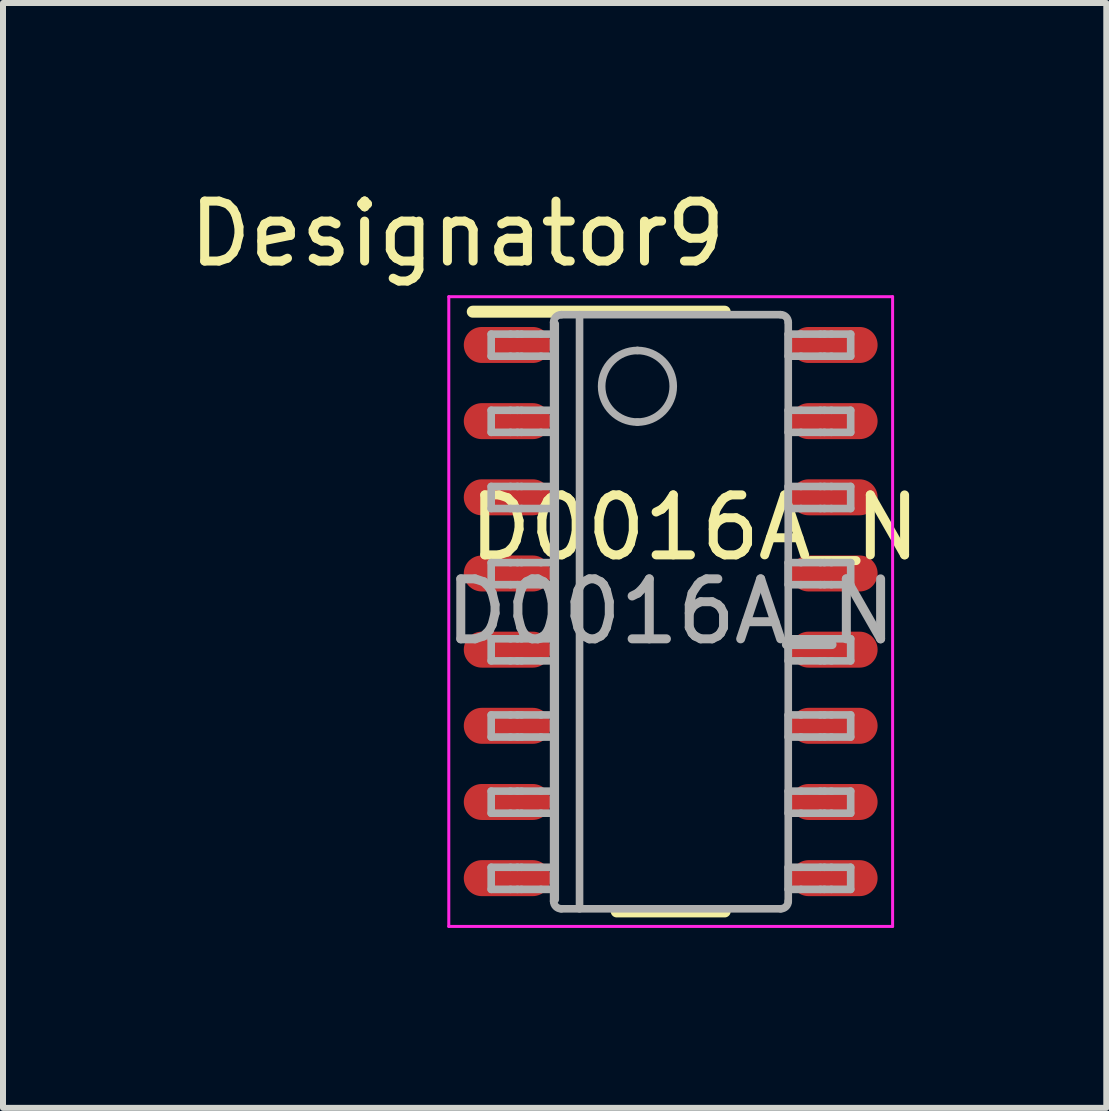
<source format=kicad_pcb>
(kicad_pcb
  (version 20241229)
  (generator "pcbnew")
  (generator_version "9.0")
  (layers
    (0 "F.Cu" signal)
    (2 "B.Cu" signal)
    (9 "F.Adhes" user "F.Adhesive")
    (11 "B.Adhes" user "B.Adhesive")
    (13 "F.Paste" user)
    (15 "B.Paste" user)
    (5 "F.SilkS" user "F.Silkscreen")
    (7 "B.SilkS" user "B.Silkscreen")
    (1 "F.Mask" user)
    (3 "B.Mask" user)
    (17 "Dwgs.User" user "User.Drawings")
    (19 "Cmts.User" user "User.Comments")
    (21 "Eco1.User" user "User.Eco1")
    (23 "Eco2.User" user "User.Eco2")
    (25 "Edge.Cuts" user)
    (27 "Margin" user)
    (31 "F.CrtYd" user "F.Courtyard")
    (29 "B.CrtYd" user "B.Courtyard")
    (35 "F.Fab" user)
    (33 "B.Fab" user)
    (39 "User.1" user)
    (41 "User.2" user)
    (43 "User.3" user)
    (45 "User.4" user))
  (footprint "D0016A_N"
    (layer "F.Cu")
    (at 8.133 7.147)
    (property "Reference" "D0016A_N" (at 0.4 -1.4 0) (unlocked yes) (layer "F.SilkS") (effects (font (size 1 1) (thickness 0.15))))
    (attr smd)
    (fp_line (start -3.3 -5) (end 0.9 -5) (stroke (width 0.2) (type solid)) (layer "F.SilkS"))
    (fp_line (start -0.9 5) (end 0.9 5) (stroke (width 0.2) (type solid)) (layer "F.SilkS"))
    (fp_line (start -3.7 -5.25) (end 3.7 -5.25) (stroke (width 0.05) (type solid)) (layer "F.CrtYd"))
    (fp_line (start -3.7 5.25) (end -3.7 -5.25) (stroke (width 0.05) (type solid)) (layer "F.CrtYd"))
    (fp_line (start -3.7 5.25) (end 3.7 5.25) (stroke (width 0.05) (type solid)) (layer "F.CrtYd"))
    (fp_line (start 3.7 5.25) (end 3.7 -5.25) (stroke (width 0.05) (type solid)) (layer "F.CrtYd"))
    (fp_line (start -2.993 -4.626) (end -2.671 -4.626) (stroke (width 0.127) (type solid)) (layer "F.Fab"))
    (fp_line (start -2.993 -4.258) (end -2.993 -4.626) (stroke (width 0.127) (type solid)) (layer "F.Fab"))
    (fp_line (start -2.993 -4.258) (end -2.671 -4.258) (stroke (width 0.127) (type solid)) (layer "F.Fab"))
    (fp_line (start -2.993 -3.356) (end -2.671 -3.356) (stroke (width 0.127) (type solid)) (layer "F.Fab"))
    (fp_line (start -2.993 -2.988) (end -2.993 -3.356) (stroke (width 0.127) (type solid)) (layer "F.Fab"))
    (fp_line (start -2.993 -2.988) (end -2.671 -2.988) (stroke (width 0.127) (type solid)) (layer "F.Fab"))
    (fp_line (start -2.993 -2.086) (end -2.671 -2.086) (stroke (width 0.127) (type solid)) (layer "F.Fab"))
    (fp_line (start -2.993 -1.718) (end -2.993 -2.086) (stroke (width 0.127) (type solid)) (layer "F.Fab"))
    (fp_line (start -2.993 -1.718) (end -2.671 -1.718) (stroke (width 0.127) (type solid)) (layer "F.Fab"))
    (fp_line (start -2.993 -0.816) (end -2.671 -0.816) (stroke (width 0.127) (type solid)) (layer "F.Fab"))
    (fp_line (start -2.993 -0.448) (end -2.993 -0.816) (stroke (width 0.127) (type solid)) (layer "F.Fab"))
    (fp_line (start -2.993 -0.448) (end -2.671 -0.448) (stroke (width 0.127) (type solid)) (layer "F.Fab"))
    (fp_line (start -2.993 0.454) (end -2.671 0.454) (stroke (width 0.127) (type solid)) (layer "F.Fab"))
    (fp_line (start -2.993 0.822) (end -2.993 0.454) (stroke (width 0.127) (type solid)) (layer "F.Fab"))
    (fp_line (start -2.993 0.822) (end -2.671 0.822) (stroke (width 0.127) (type solid)) (layer "F.Fab"))
    (fp_line (start -2.993 1.724) (end -2.671 1.724) (stroke (width 0.127) (type solid)) (layer "F.Fab"))
    (fp_line (start -2.993 2.092) (end -2.993 1.724) (stroke (width 0.127) (type solid)) (layer "F.Fab"))
    (fp_line (start -2.993 2.092) (end -2.671 2.092) (stroke (width 0.127) (type solid)) (layer "F.Fab"))
    (fp_line (start -2.993 2.994) (end -2.671 2.994) (stroke (width 0.127) (type solid)) (layer "F.Fab"))
    (fp_line (start -2.993 3.362) (end -2.993 2.994) (stroke (width 0.127) (type solid)) (layer "F.Fab"))
    (fp_line (start -2.993 3.362) (end -2.671 3.362) (stroke (width 0.127) (type solid)) (layer "F.Fab"))
    (fp_line (start -2.993 4.264) (end -2.671 4.264) (stroke (width 0.127) (type solid)) (layer "F.Fab"))
    (fp_line (start -2.993 4.632) (end -2.993 4.264) (stroke (width 0.127) (type solid)) (layer "F.Fab"))
    (fp_line (start -2.993 4.632) (end -2.671 4.632) (stroke (width 0.127) (type solid)) (layer "F.Fab"))
    (fp_line (start -2.671 -4.626) (end -2.555 -4.626) (stroke (width 0.127) (type solid)) (layer "F.Fab"))
    (fp_line (start -2.671 -4.258) (end -2.555 -4.258) (stroke (width 0.127) (type solid)) (layer "F.Fab"))
    (fp_line (start -2.671 -3.356) (end -2.555 -3.356) (stroke (width 0.127) (type solid)) (layer "F.Fab"))
    (fp_line (start -2.671 -2.988) (end -2.555 -2.988) (stroke (width 0.127) (type solid)) (layer "F.Fab"))
    (fp_line (start -2.671 -2.086) (end -2.555 -2.086) (stroke (width 0.127) (type solid)) (layer "F.Fab"))
    (fp_line (start -2.671 -1.718) (end -2.555 -1.718) (stroke (width 0.127) (type solid)) (layer "F.Fab"))
    (fp_line (start -2.671 -0.816) (end -2.555 -0.816) (stroke (width 0.127) (type solid)) (layer "F.Fab"))
    (fp_line (start -2.671 -0.448) (end -2.555 -0.448) (stroke (width 0.127) (type solid)) (layer "F.Fab"))
    (fp_line (start -2.671 0.454) (end -2.555 0.454) (stroke (width 0.127) (type solid)) (layer "F.Fab"))
    (fp_line (start -2.671 0.822) (end -2.555 0.822) (stroke (width 0.127) (type solid)) (layer "F.Fab"))
    (fp_line (start -2.671 1.724) (end -2.555 1.724) (stroke (width 0.127) (type solid)) (layer "F.Fab"))
    (fp_line (start -2.671 2.092) (end -2.555 2.092) (stroke (width 0.127) (type solid)) (layer "F.Fab"))
    (fp_line (start -2.671 2.994) (end -2.555 2.994) (stroke (width 0.127) (type solid)) (layer "F.Fab"))
    (fp_line (start -2.671 3.362) (end -2.555 3.362) (stroke (width 0.127) (type solid)) (layer "F.Fab"))
    (fp_line (start -2.671 4.264) (end -2.555 4.264) (stroke (width 0.127) (type solid)) (layer "F.Fab"))
    (fp_line (start -2.671 4.632) (end -2.555 4.632) (stroke (width 0.127) (type solid)) (layer "F.Fab"))
    (fp_line (start -2.555 -4.626) (end -2.488 -4.626) (stroke (width 0.127) (type solid)) (layer "F.Fab"))
    (fp_line (start -2.555 -4.258) (end -2.488 -4.258) (stroke (width 0.127) (type solid)) (layer "F.Fab"))
    (fp_line (start -2.555 -3.356) (end -2.488 -3.356) (stroke (width 0.127) (type solid)) (layer "F.Fab"))
    (fp_line (start -2.555 -2.988) (end -2.488 -2.988) (stroke (width 0.127) (type solid)) (layer "F.Fab"))
    (fp_line (start -2.555 -2.086) (end -2.488 -2.086) (stroke (width 0.127) (type solid)) (layer "F.Fab"))
    (fp_line (start -2.555 -1.718) (end -2.488 -1.718) (stroke (width 0.127) (type solid)) (layer "F.Fab"))
    (fp_line (start -2.555 -0.816) (end -2.488 -0.816) (stroke (width 0.127) (type solid)) (layer "F.Fab"))
    (fp_line (start -2.555 -0.448) (end -2.488 -0.448) (stroke (width 0.127) (type solid)) (layer "F.Fab"))
    (fp_line (start -2.555 0.454) (end -2.488 0.454) (stroke (width 0.127) (type solid)) (layer "F.Fab"))
    (fp_line (start -2.555 0.822) (end -2.488 0.822) (stroke (width 0.127) (type solid)) (layer "F.Fab"))
    (fp_line (start -2.555 1.724) (end -2.488 1.724) (stroke (width 0.127) (type solid)) (layer "F.Fab"))
    (fp_line (start -2.555 2.092) (end -2.488 2.092) (stroke (width 0.127) (type solid)) (layer "F.Fab"))
    (fp_line (start -2.555 2.994) (end -2.488 2.994) (stroke (width 0.127) (type solid)) (layer "F.Fab"))
    (fp_line (start -2.555 3.362) (end -2.488 3.362) (stroke (width 0.127) (type solid)) (layer "F.Fab"))
    (fp_line (start -2.555 4.264) (end -2.488 4.264) (stroke (width 0.127) (type solid)) (layer "F.Fab"))
    (fp_line (start -2.555 4.632) (end -2.488 4.632) (stroke (width 0.127) (type solid)) (layer "F.Fab"))
    (fp_line (start -2.488 -4.626) (end -2.163 -4.626) (stroke (width 0.127) (type solid)) (layer "F.Fab"))
    (fp_line (start -2.488 -4.258) (end -2.163 -4.258) (stroke (width 0.127) (type solid)) (layer "F.Fab"))
    (fp_line (start -2.488 -3.356) (end -2.163 -3.356) (stroke (width 0.127) (type solid)) (layer "F.Fab"))
    (fp_line (start -2.488 -2.988) (end -2.163 -2.988) (stroke (width 0.127) (type solid)) (layer "F.Fab"))
    (fp_line (start -2.488 -2.086) (end -2.163 -2.086) (stroke (width 0.127) (type solid)) (layer "F.Fab"))
    (fp_line (start -2.488 -1.718) (end -2.163 -1.718) (stroke (width 0.127) (type solid)) (layer "F.Fab"))
    (fp_line (start -2.488 -0.816) (end -2.163 -0.816) (stroke (width 0.127) (type solid)) (layer "F.Fab"))
    (fp_line (start -2.488 -0.448) (end -2.163 -0.448) (stroke (width 0.127) (type solid)) (layer "F.Fab"))
    (fp_line (start -2.488 0.454) (end -2.163 0.454) (stroke (width 0.127) (type solid)) (layer "F.Fab"))
    (fp_line (start -2.488 0.822) (end -2.163 0.822) (stroke (width 0.127) (type solid)) (layer "F.Fab"))
    (fp_line (start -2.488 1.724) (end -2.163 1.724) (stroke (width 0.127) (type solid)) (layer "F.Fab"))
    (fp_line (start -2.488 2.092) (end -2.163 2.092) (stroke (width 0.127) (type solid)) (layer "F.Fab"))
    (fp_line (start -2.488 2.994) (end -2.163 2.994) (stroke (width 0.127) (type solid)) (layer "F.Fab"))
    (fp_line (start -2.488 3.362) (end -2.163 3.362) (stroke (width 0.127) (type solid)) (layer "F.Fab"))
    (fp_line (start -2.488 4.264) (end -2.163 4.264) (stroke (width 0.127) (type solid)) (layer "F.Fab"))
    (fp_line (start -2.488 4.632) (end -2.163 4.632) (stroke (width 0.127) (type solid)) (layer "F.Fab"))
    (fp_line (start -2.163 -4.626) (end -1.952 -4.626) (stroke (width 0.127) (type solid)) (layer "F.Fab"))
    (fp_line (start -2.163 -4.258) (end -1.952 -4.258) (stroke (width 0.127) (type solid)) (layer "F.Fab"))
    (fp_line (start -2.163 -3.356) (end -1.952 -3.356) (stroke (width 0.127) (type solid)) (layer "F.Fab"))
    (fp_line (start -2.163 -2.988) (end -1.952 -2.988) (stroke (width 0.127) (type solid)) (layer "F.Fab"))
    (fp_line (start -2.163 -2.086) (end -1.952 -2.086) (stroke (width 0.127) (type solid)) (layer "F.Fab"))
    (fp_line (start -2.163 -1.718) (end -1.952 -1.718) (stroke (width 0.127) (type solid)) (layer "F.Fab"))
    (fp_line (start -2.163 -0.816) (end -1.952 -0.816) (stroke (width 0.127) (type solid)) (layer "F.Fab"))
    (fp_line (start -2.163 -0.448) (end -1.952 -0.448) (stroke (width 0.127) (type solid)) (layer "F.Fab"))
    (fp_line (start -2.163 0.454) (end -1.952 0.454) (stroke (width 0.127) (type solid)) (layer "F.Fab"))
    (fp_line (start -2.163 0.822) (end -1.952 0.822) (stroke (width 0.127) (type solid)) (layer "F.Fab"))
    (fp_line (start -2.163 1.724) (end -1.952 1.724) (stroke (width 0.127) (type solid)) (layer "F.Fab"))
    (fp_line (start -2.163 2.092) (end -1.952 2.092) (stroke (width 0.127) (type solid)) (layer "F.Fab"))
    (fp_line (start -2.163 2.994) (end -1.952 2.994) (stroke (width 0.127) (type solid)) (layer "F.Fab"))
    (fp_line (start -2.163 3.362) (end -1.952 3.362) (stroke (width 0.127) (type solid)) (layer "F.Fab"))
    (fp_line (start -2.163 4.264) (end -1.952 4.264) (stroke (width 0.127) (type solid)) (layer "F.Fab"))
    (fp_line (start -2.163 4.632) (end -1.952 4.632) (stroke (width 0.127) (type solid)) (layer "F.Fab"))
    (fp_line (start -1.952 -4.258) (end -1.952 -4.626) (stroke (width 0.127) (type solid)) (layer "F.Fab"))
    (fp_line (start -1.952 -2.988) (end -1.952 -3.356) (stroke (width 0.127) (type solid)) (layer "F.Fab"))
    (fp_line (start -1.952 -1.718) (end -1.952 -2.086) (stroke (width 0.127) (type solid)) (layer "F.Fab"))
    (fp_line (start -1.952 -0.448) (end -1.952 -0.816) (stroke (width 0.127) (type solid)) (layer "F.Fab"))
    (fp_line (start -1.952 0.822) (end -1.952 0.454) (stroke (width 0.127) (type solid)) (layer "F.Fab"))
    (fp_line (start -1.952 2.092) (end -1.952 1.724) (stroke (width 0.127) (type solid)) (layer "F.Fab"))
    (fp_line (start -1.952 3.362) (end -1.952 2.994) (stroke (width 0.127) (type solid)) (layer "F.Fab"))
    (fp_line (start -1.952 4.632) (end -1.952 4.264) (stroke (width 0.127) (type solid)) (layer "F.Fab"))
    (fp_line (start -1.952 4.829) (end -1.952 -4.823) (stroke (width 0.127) (type solid)) (layer "F.Fab"))
    (fp_line (start -1.925 4.803) (end -1.925 -4.797) (stroke (width 0.127) (type solid)) (layer "F.Fab"))
    (fp_line (start -1.825 -4.95) (end 1.834 -4.95) (stroke (width 0.127) (type solid)) (layer "F.Fab"))
    (fp_line (start -1.825 4.956) (end 1.834 4.956) (stroke (width 0.127) (type solid)) (layer "F.Fab"))
    (fp_line (start -1.52 4.956) (end -1.52 -4.95) (stroke (width 0.127) (type solid)) (layer "F.Fab"))
    (fp_line (start 1.96 -4.626) (end 2.172 -4.626) (stroke (width 0.127) (type solid)) (layer "F.Fab"))
    (fp_line (start 1.96 -4.258) (end 1.96 -4.626) (stroke (width 0.127) (type solid)) (layer "F.Fab"))
    (fp_line (start 1.96 -4.258) (end 2.172 -4.258) (stroke (width 0.127) (type solid)) (layer "F.Fab"))
    (fp_line (start 1.96 -3.356) (end 2.172 -3.356) (stroke (width 0.127) (type solid)) (layer "F.Fab"))
    (fp_line (start 1.96 -2.988) (end 1.96 -3.356) (stroke (width 0.127) (type solid)) (layer "F.Fab"))
    (fp_line (start 1.96 -2.988) (end 2.172 -2.988) (stroke (width 0.127) (type solid)) (layer "F.Fab"))
    (fp_line (start 1.96 -2.086) (end 2.172 -2.086) (stroke (width 0.127) (type solid)) (layer "F.Fab"))
    (fp_line (start 1.96 -1.718) (end 1.96 -2.086) (stroke (width 0.127) (type solid)) (layer "F.Fab"))
    (fp_line (start 1.96 -1.718) (end 2.172 -1.718) (stroke (width 0.127) (type solid)) (layer "F.Fab"))
    (fp_line (start 1.96 -0.816) (end 2.172 -0.816) (stroke (width 0.127) (type solid)) (layer "F.Fab"))
    (fp_line (start 1.96 -0.448) (end 1.96 -0.816) (stroke (width 0.127) (type solid)) (layer "F.Fab"))
    (fp_line (start 1.96 -0.448) (end 2.172 -0.448) (stroke (width 0.127) (type solid)) (layer "F.Fab"))
    (fp_line (start 1.96 0.454) (end 2.172 0.454) (stroke (width 0.127) (type solid)) (layer "F.Fab"))
    (fp_line (start 1.96 0.822) (end 1.96 0.454) (stroke (width 0.127) (type solid)) (layer "F.Fab"))
    (fp_line (start 1.96 0.822) (end 2.172 0.822) (stroke (width 0.127) (type solid)) (layer "F.Fab"))
    (fp_line (start 1.96 1.724) (end 2.172 1.724) (stroke (width 0.127) (type solid)) (layer "F.Fab"))
    (fp_line (start 1.96 2.092) (end 1.96 1.724) (stroke (width 0.127) (type solid)) (layer "F.Fab"))
    (fp_line (start 1.96 2.092) (end 2.172 2.092) (stroke (width 0.127) (type solid)) (layer "F.Fab"))
    (fp_line (start 1.96 2.994) (end 2.172 2.994) (stroke (width 0.127) (type solid)) (layer "F.Fab"))
    (fp_line (start 1.96 3.362) (end 1.96 2.994) (stroke (width 0.127) (type solid)) (layer "F.Fab"))
    (fp_line (start 1.96 3.362) (end 2.172 3.362) (stroke (width 0.127) (type solid)) (layer "F.Fab"))
    (fp_line (start 1.96 4.264) (end 2.172 4.264) (stroke (width 0.127) (type solid)) (layer "F.Fab"))
    (fp_line (start 1.96 4.632) (end 1.96 4.264) (stroke (width 0.127) (type solid)) (layer "F.Fab"))
    (fp_line (start 1.96 4.632) (end 2.172 4.632) (stroke (width 0.127) (type solid)) (layer "F.Fab"))
    (fp_line (start 1.96 4.829) (end 1.96 -4.823) (stroke (width 0.127) (type solid)) (layer "F.Fab"))
    (fp_line (start 2.172 -4.626) (end 2.497 -4.626) (stroke (width 0.127) (type solid)) (layer "F.Fab"))
    (fp_line (start 2.172 -4.258) (end 2.497 -4.258) (stroke (width 0.127) (type solid)) (layer "F.Fab"))
    (fp_line (start 2.172 -3.356) (end 2.497 -3.356) (stroke (width 0.127) (type solid)) (layer "F.Fab"))
    (fp_line (start 2.172 -2.988) (end 2.497 -2.988) (stroke (width 0.127) (type solid)) (layer "F.Fab"))
    (fp_line (start 2.172 -2.086) (end 2.497 -2.086) (stroke (width 0.127) (type solid)) (layer "F.Fab"))
    (fp_line (start 2.172 -1.718) (end 2.497 -1.718) (stroke (width 0.127) (type solid)) (layer "F.Fab"))
    (fp_line (start 2.172 -0.816) (end 2.497 -0.816) (stroke (width 0.127) (type solid)) (layer "F.Fab"))
    (fp_line (start 2.172 -0.448) (end 2.497 -0.448) (stroke (width 0.127) (type solid)) (layer "F.Fab"))
    (fp_line (start 2.172 0.454) (end 2.497 0.454) (stroke (width 0.127) (type solid)) (layer "F.Fab"))
    (fp_line (start 2.172 0.822) (end 2.497 0.822) (stroke (width 0.127) (type solid)) (layer "F.Fab"))
    (fp_line (start 2.172 1.724) (end 2.497 1.724) (stroke (width 0.127) (type solid)) (layer "F.Fab"))
    (fp_line (start 2.172 2.092) (end 2.497 2.092) (stroke (width 0.127) (type solid)) (layer "F.Fab"))
    (fp_line (start 2.172 2.994) (end 2.497 2.994) (stroke (width 0.127) (type solid)) (layer "F.Fab"))
    (fp_line (start 2.172 3.362) (end 2.497 3.362) (stroke (width 0.127) (type solid)) (layer "F.Fab"))
    (fp_line (start 2.172 4.264) (end 2.497 4.264) (stroke (width 0.127) (type solid)) (layer "F.Fab"))
    (fp_line (start 2.172 4.632) (end 2.497 4.632) (stroke (width 0.127) (type solid)) (layer "F.Fab"))
    (fp_line (start 2.497 -4.626) (end 2.563 -4.626) (stroke (width 0.127) (type solid)) (layer "F.Fab"))
    (fp_line (start 2.497 -4.258) (end 2.563 -4.258) (stroke (width 0.127) (type solid)) (layer "F.Fab"))
    (fp_line (start 2.497 -3.356) (end 2.563 -3.356) (stroke (width 0.127) (type solid)) (layer "F.Fab"))
    (fp_line (start 2.497 -2.988) (end 2.563 -2.988) (stroke (width 0.127) (type solid)) (layer "F.Fab"))
    (fp_line (start 2.497 -2.086) (end 2.563 -2.086) (stroke (width 0.127) (type solid)) (layer "F.Fab"))
    (fp_line (start 2.497 -1.718) (end 2.563 -1.718) (stroke (width 0.127) (type solid)) (layer "F.Fab"))
    (fp_line (start 2.497 -0.816) (end 2.563 -0.816) (stroke (width 0.127) (type solid)) (layer "F.Fab"))
    (fp_line (start 2.497 -0.448) (end 2.563 -0.448) (stroke (width 0.127) (type solid)) (layer "F.Fab"))
    (fp_line (start 2.497 0.454) (end 2.563 0.454) (stroke (width 0.127) (type solid)) (layer "F.Fab"))
    (fp_line (start 2.497 0.822) (end 2.563 0.822) (stroke (width 0.127) (type solid)) (layer "F.Fab"))
    (fp_line (start 2.497 1.724) (end 2.563 1.724) (stroke (width 0.127) (type solid)) (layer "F.Fab"))
    (fp_line (start 2.497 2.092) (end 2.563 2.092) (stroke (width 0.127) (type solid)) (layer "F.Fab"))
    (fp_line (start 2.497 2.994) (end 2.563 2.994) (stroke (width 0.127) (type solid)) (layer "F.Fab"))
    (fp_line (start 2.497 3.362) (end 2.563 3.362) (stroke (width 0.127) (type solid)) (layer "F.Fab"))
    (fp_line (start 2.497 4.264) (end 2.563 4.264) (stroke (width 0.127) (type solid)) (layer "F.Fab"))
    (fp_line (start 2.497 4.632) (end 2.563 4.632) (stroke (width 0.127) (type solid)) (layer "F.Fab"))
    (fp_line (start 2.563 -4.626) (end 2.679 -4.626) (stroke (width 0.127) (type solid)) (layer "F.Fab"))
    (fp_line (start 2.563 -4.258) (end 2.679 -4.258) (stroke (width 0.127) (type solid)) (layer "F.Fab"))
    (fp_line (start 2.563 -3.356) (end 2.679 -3.356) (stroke (width 0.127) (type solid)) (layer "F.Fab"))
    (fp_line (start 2.563 -2.988) (end 2.679 -2.988) (stroke (width 0.127) (type solid)) (layer "F.Fab"))
    (fp_line (start 2.563 -2.086) (end 2.679 -2.086) (stroke (width 0.127) (type solid)) (layer "F.Fab"))
    (fp_line (start 2.563 -1.718) (end 2.679 -1.718) (stroke (width 0.127) (type solid)) (layer "F.Fab"))
    (fp_line (start 2.563 -0.816) (end 2.679 -0.816) (stroke (width 0.127) (type solid)) (layer "F.Fab"))
    (fp_line (start 2.563 -0.448) (end 2.679 -0.448) (stroke (width 0.127) (type solid)) (layer "F.Fab"))
    (fp_line (start 2.563 0.454) (end 2.679 0.454) (stroke (width 0.127) (type solid)) (layer "F.Fab"))
    (fp_line (start 2.563 0.822) (end 2.679 0.822) (stroke (width 0.127) (type solid)) (layer "F.Fab"))
    (fp_line (start 2.563 1.724) (end 2.679 1.724) (stroke (width 0.127) (type solid)) (layer "F.Fab"))
    (fp_line (start 2.563 2.092) (end 2.679 2.092) (stroke (width 0.127) (type solid)) (layer "F.Fab"))
    (fp_line (start 2.563 2.994) (end 2.679 2.994) (stroke (width 0.127) (type solid)) (layer "F.Fab"))
    (fp_line (start 2.563 3.362) (end 2.679 3.362) (stroke (width 0.127) (type solid)) (layer "F.Fab"))
    (fp_line (start 2.563 4.264) (end 2.679 4.264) (stroke (width 0.127) (type solid)) (layer "F.Fab"))
    (fp_line (start 2.563 4.632) (end 2.679 4.632) (stroke (width 0.127) (type solid)) (layer "F.Fab"))
    (fp_line (start 2.679 -4.626) (end 3.001 -4.626) (stroke (width 0.127) (type solid)) (layer "F.Fab"))
    (fp_line (start 2.679 -4.258) (end 3.001 -4.258) (stroke (width 0.127) (type solid)) (layer "F.Fab"))
    (fp_line (start 2.679 -3.356) (end 3.001 -3.356) (stroke (width 0.127) (type solid)) (layer "F.Fab"))
    (fp_line (start 2.679 -2.988) (end 3.001 -2.988) (stroke (width 0.127) (type solid)) (layer "F.Fab"))
    (fp_line (start 2.679 -2.086) (end 3.001 -2.086) (stroke (width 0.127) (type solid)) (layer "F.Fab"))
    (fp_line (start 2.679 -1.718) (end 3.001 -1.718) (stroke (width 0.127) (type solid)) (layer "F.Fab"))
    (fp_line (start 2.679 -0.816) (end 3.001 -0.816) (stroke (width 0.127) (type solid)) (layer "F.Fab"))
    (fp_line (start 2.679 -0.448) (end 3.001 -0.448) (stroke (width 0.127) (type solid)) (layer "F.Fab"))
    (fp_line (start 2.679 0.454) (end 3.001 0.454) (stroke (width 0.127) (type solid)) (layer "F.Fab"))
    (fp_line (start 2.679 0.822) (end 3.001 0.822) (stroke (width 0.127) (type solid)) (layer "F.Fab"))
    (fp_line (start 2.679 1.724) (end 3.001 1.724) (stroke (width 0.127) (type solid)) (layer "F.Fab"))
    (fp_line (start 2.679 2.092) (end 3.001 2.092) (stroke (width 0.127) (type solid)) (layer "F.Fab"))
    (fp_line (start 2.679 2.994) (end 3.001 2.994) (stroke (width 0.127) (type solid)) (layer "F.Fab"))
    (fp_line (start 2.679 3.362) (end 3.001 3.362) (stroke (width 0.127) (type solid)) (layer "F.Fab"))
    (fp_line (start 2.679 4.264) (end 3.001 4.264) (stroke (width 0.127) (type solid)) (layer "F.Fab"))
    (fp_line (start 2.679 4.632) (end 3.001 4.632) (stroke (width 0.127) (type solid)) (layer "F.Fab"))
    (fp_line (start 3.001 -4.258) (end 3.001 -4.626) (stroke (width 0.127) (type solid)) (layer "F.Fab"))
    (fp_line (start 3.001 -2.988) (end 3.001 -3.356) (stroke (width 0.127) (type solid)) (layer "F.Fab"))
    (fp_line (start 3.001 -1.718) (end 3.001 -2.086) (stroke (width 0.127) (type solid)) (layer "F.Fab"))
    (fp_line (start 3.001 -0.448) (end 3.001 -0.816) (stroke (width 0.127) (type solid)) (layer "F.Fab"))
    (fp_line (start 3.001 0.822) (end 3.001 0.454) (stroke (width 0.127) (type solid)) (layer "F.Fab"))
    (fp_line (start 3.001 2.092) (end 3.001 1.724) (stroke (width 0.127) (type solid)) (layer "F.Fab"))
    (fp_line (start 3.001 3.362) (end 3.001 2.994) (stroke (width 0.127) (type solid)) (layer "F.Fab"))
    (fp_line (start 3.001 4.632) (end 3.001 4.264) (stroke (width 0.127) (type solid)) (layer "F.Fab"))
    (fp_arc (start -1.951542 -4.823482) (mid -1.914335 -4.91281) (end -1.824999 -4.949999) (stroke (width 0.127) (type solid)) (layer "F.Fab"))
    (fp_arc (start -1.824999 4.955999) (mid -1.91434 4.918797) (end -1.951542 4.829456) (stroke (width 0.127) (type solid)) (layer "F.Fab"))
    (fp_arc (start -0.554543 -4.3531) (mid 0.042357 -3.7562) (end -0.554543 -3.1593) (stroke (width 0.127) (type solid)) (layer "F.Fab"))
    (fp_arc (start -0.554543 -3.1593) (mid -1.151443 -3.7562) (end -0.554543 -4.3531) (stroke (width 0.127) (type solid)) (layer "F.Fab"))
    (fp_arc (start 1.833539 -4.949999) (mid 1.922862 -4.912805) (end 1.960056 -4.823482) (stroke (width 0.127) (type solid)) (layer "F.Fab"))
    (fp_arc (start 1.960056 4.829456) (mid 1.922867 4.918792) (end 1.833539 4.955999) (stroke (width 0.127) (type solid)) (layer "F.Fab"))
    (fp_text user "Designator9" (at -3.556 -6.299 0) (unlocked yes) (layer "F.SilkS") (effects (font (size 1 1) (thickness 0.15))))
    (fp_text user "${REFERENCE}" (at 0 0 0) (unlocked yes) (layer "F.Fab") (effects (font (size 1 1) (thickness 0.15))))
    (pad "1" smd oval (at -2.725 -4.445 90) (size 0.6 1.45) (layers "F.Cu" "F.Mask" "F.Paste"))
    (pad "2" smd oval (at -2.725 -3.175 90) (size 0.6 1.45) (layers "F.Cu" "F.Mask" "F.Paste"))
    (pad "3" smd oval (at -2.725 -1.905 90) (size 0.6 1.45) (layers "F.Cu" "F.Mask" "F.Paste"))
    (pad "4" smd oval (at -2.725 -0.635 90) (size 0.6 1.45) (layers "F.Cu" "F.Mask" "F.Paste"))
    (pad "5" smd oval (at -2.725 0.635 90) (size 0.6 1.45) (layers "F.Cu" "F.Mask" "F.Paste"))
    (pad "6" smd oval (at -2.725 1.905 90) (size 0.6 1.45) (layers "F.Cu" "F.Mask" "F.Paste"))
    (pad "7" smd oval (at -2.725 3.175 90) (size 0.6 1.45) (layers "F.Cu" "F.Mask" "F.Paste"))
    (pad "8" smd oval (at -2.725 4.445 90) (size 0.6 1.45) (layers "F.Cu" "F.Mask" "F.Paste"))
    (pad "9" smd oval (at 2.725 4.445 90) (size 0.6 1.45) (layers "F.Cu" "F.Mask" "F.Paste"))
    (pad "10" smd oval (at 2.725 3.175 90) (size 0.6 1.45) (layers "F.Cu" "F.Mask" "F.Paste"))
    (pad "11" smd oval (at 2.725 1.905 90) (size 0.6 1.45) (layers "F.Cu" "F.Mask" "F.Paste"))
    (pad "12" smd oval (at 2.725 0.635 90) (size 0.6 1.45) (layers "F.Cu" "F.Mask" "F.Paste"))
    (pad "13" smd oval (at 2.725 -0.635 90) (size 0.6 1.45) (layers "F.Cu" "F.Mask" "F.Paste"))
    (pad "14" smd oval (at 2.725 -1.905 90) (size 0.6 1.45) (layers "F.Cu" "F.Mask" "F.Paste"))
    (pad "15" smd oval (at 2.725 -3.175 90) (size 0.6 1.45) (layers "F.Cu" "F.Mask" "F.Paste"))
    (pad "16" smd oval (at 2.725 -4.445 90) (size 0.6 1.45) (layers "F.Cu" "F.Mask" "F.Paste")))
  (gr_rect
    (start -3 -3)
    (end 15.396 15.422)
    (stroke (width 0.1) (type default))
    (fill no)
    (layer "Edge.Cuts")))
</source>
